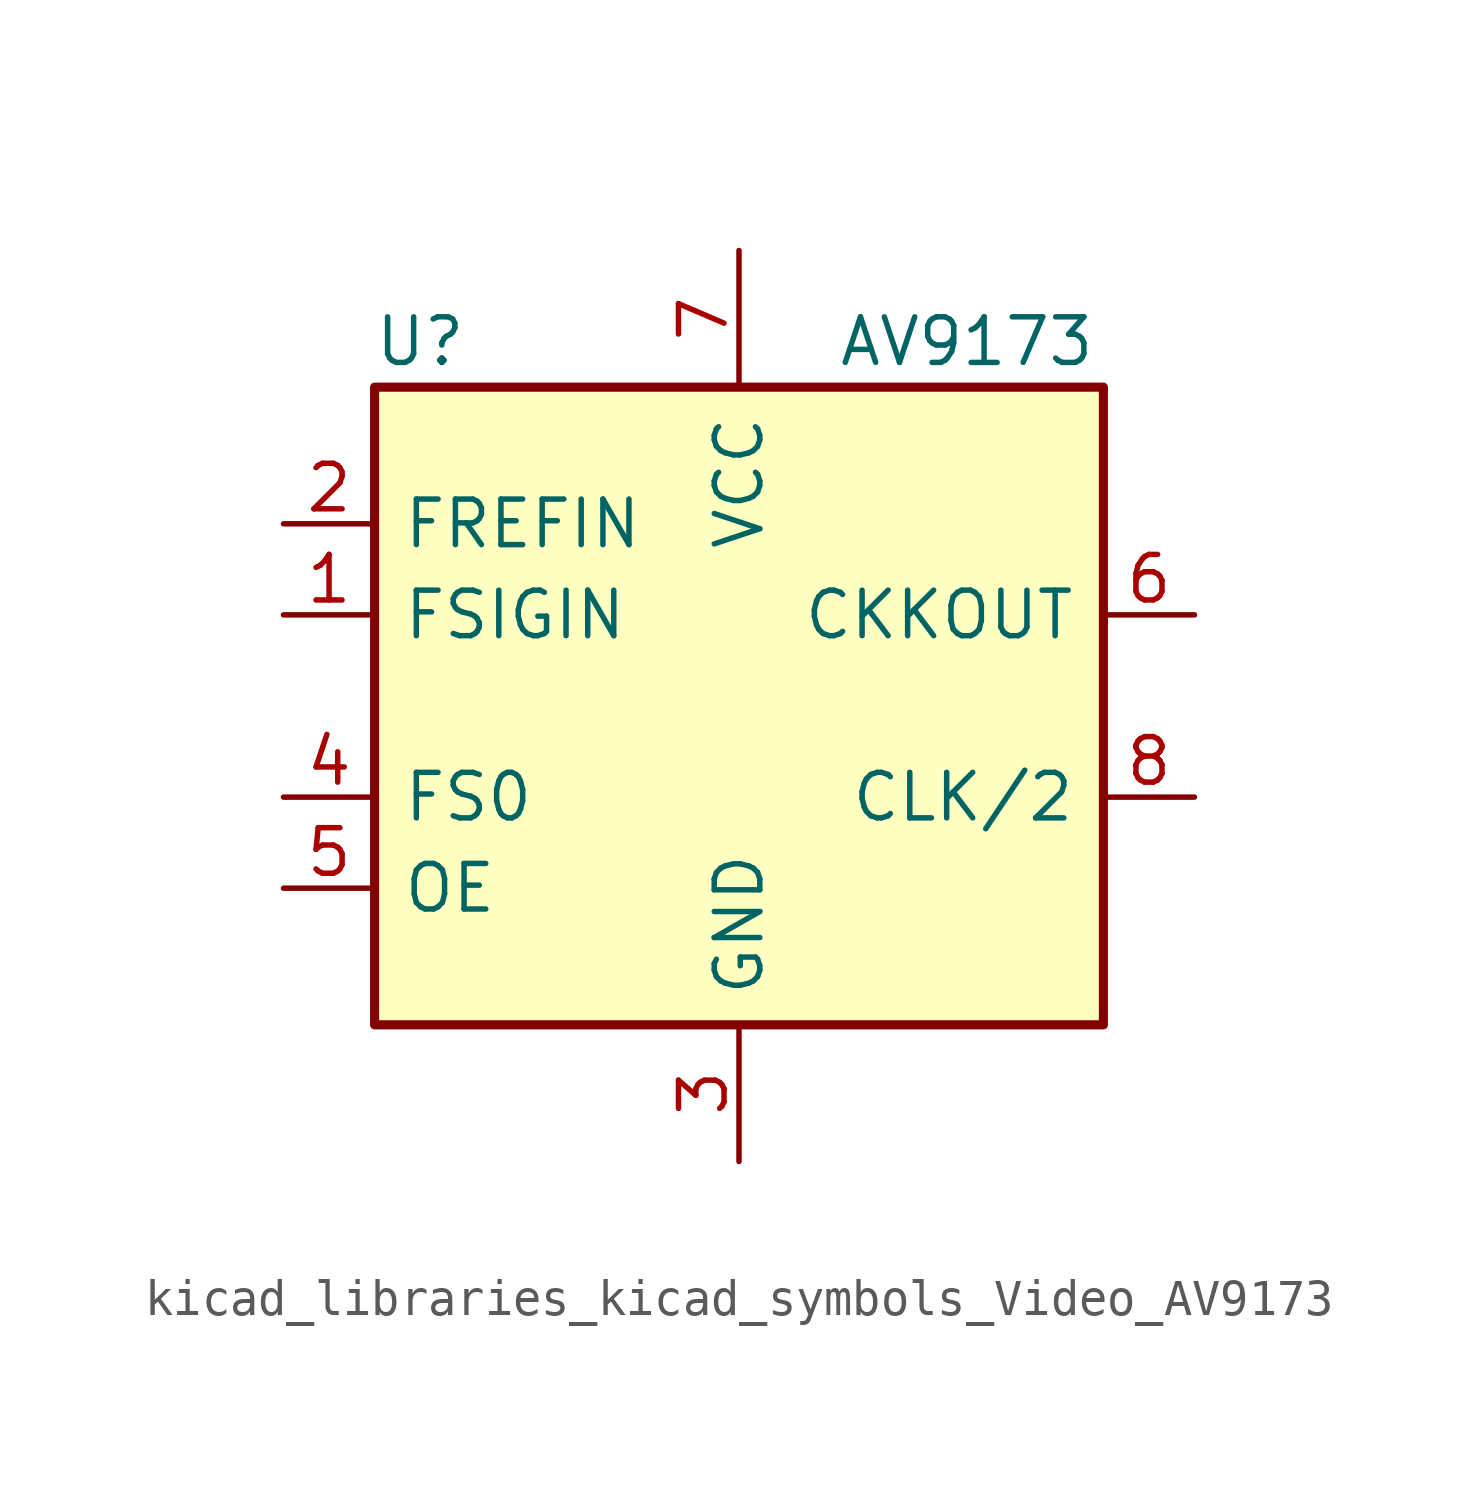
<source format=kicad_sym>
(kicad_symbol_lib
  (version 20220914)
  (generator kicad_symbol_editor)
  (symbol "kicad_libraries_kicad_symbols_Video_AV9173"
    (pin_names
      (offset 0.762))
    (property "Reference" "U"
      (at -8.89 10.16 0)
      (effects (font (size 1.27 1.27))))
    (property "Value" "AV9173"
      (at 6.35 10.16 0)
      (effects (font (size 1.27 1.27))))
    (symbol "kicad_libraries_kicad_symbols_Video_AV9173_0_1"
      (rectangle (start -10.16 8.89) (end 10.16 -8.89) (stroke (width 0.254) (type default)) (fill (type background))))
    (symbol "kicad_libraries_kicad_symbols_Video_AV9173_1_1"
      (pin input line (at -12.7 2.54 0) (length 2.54) (name "FSIGIN" (effects (font (size 1.27 1.27)))) (number "1" (effects (font (size 1.27 1.27)))))
      (pin input line (at -12.7 5.08 0) (length 2.54) (name "FREFIN" (effects (font (size 1.27 1.27)))) (number "2" (effects (font (size 1.27 1.27)))))
      (pin input line (at 0 -12.7 90) (length 3.81) (name "GND" (effects (font (size 1.27 1.27)))) (number "3" (effects (font (size 1.27 1.27)))))
      (pin input line (at -12.7 -2.54 0) (length 2.54) (name "FS0" (effects (font (size 1.27 1.27)))) (number "4" (effects (font (size 1.27 1.27)))))
      (pin input line (at -12.7 -5.08 0) (length 2.54) (name "OE" (effects (font (size 1.27 1.27)))) (number "5" (effects (font (size 1.27 1.27)))))
      (pin tri_state line (at 12.7 2.54 180) (length 2.54) (name "CKKOUT" (effects (font (size 1.27 1.27)))) (number "6" (effects (font (size 1.27 1.27)))))
      (pin input line (at 0 12.7 270) (length 3.81) (name "VCC" (effects (font (size 1.27 1.27)))) (number "7" (effects (font (size 1.27 1.27)))))
      (pin tri_state line (at 12.7 -2.54 180) (length 2.54) (name "CLK/2" (effects (font (size 1.27 1.27)))) (number "8" (effects (font (size 1.27 1.27))))))))
</source>
